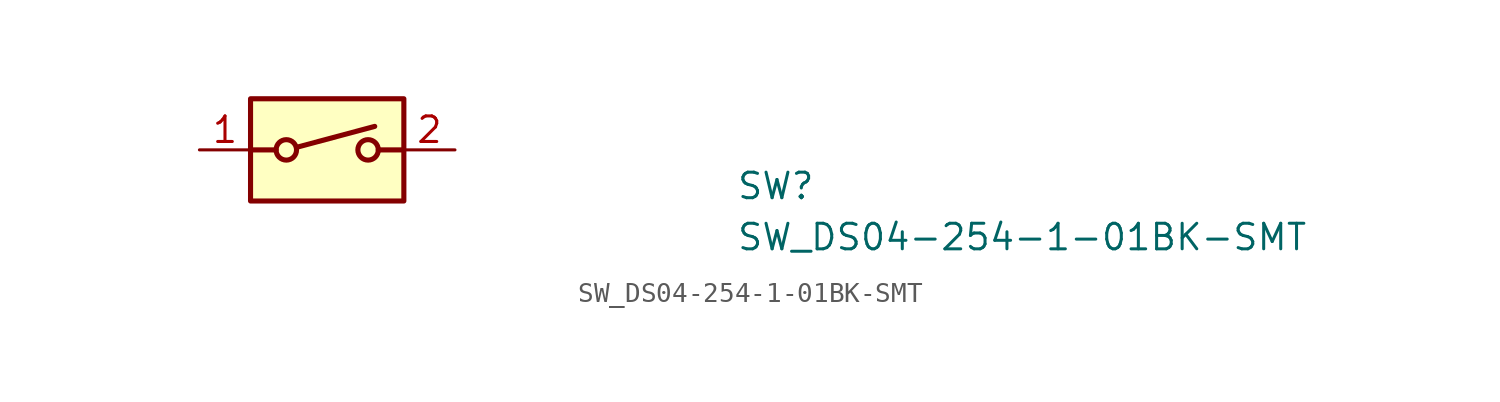
<source format=kicad_sym>
(kicad_symbol_lib
  (version 20220914)
  (generator kicad_symbol_editor)
  (symbol "SW_DS04-254-1-01BK-SMT"
    (property "Reference" "SW"
      (at 26.67 -2.54 0)
      (effects (font (size 1.27 1.27) (thickness 0.15)) (justify left bottom)))
    (property "Value" "SW_DS04-254-1-01BK-SMT"
      (at 26.67 -5.08 0)
      (effects (font (size 1.27 1.27) (thickness 0.15)) (justify left bottom)))
    (symbol "SW_DS04-254-1-01BK-SMT_0_1"
      (polyline (pts (xy 3.81 0) (xy 2.54 0)) (stroke (width 0.254) (type default)) (fill (type none)))
      (polyline (pts (xy 10.16 0) (xy 8.89 0)) (stroke (width 0.254) (type default)) (fill (type none))))
    (symbol "SW_DS04-254-1-01BK-SMT_1_1"
      (polyline (pts (xy 4.826 0.127) (xy 8.712 1.168)) (stroke (width 0.254) (type default)) (fill (type background)))
      (rectangle (start 2.54 2.54) (end 10.16 -2.54) (stroke (width 0.254) (type default)) (fill (type background)))
      (circle (center 4.318 0) (radius 0.508) (stroke (width 0.254) (type default)) (fill (type background)))
      (circle (center 8.382 0) (radius 0.508) (stroke (width 0.254) (type default)) (fill (type background)))
      (pin passive line (at 0 0 0) (length 2.54) (name "~" (effects (font (size 1.27 1.27)))) (number "1" (effects (font (size 1.27 1.27)))))
      (pin passive line (at 12.7 0 180) (length 2.54) (name "~" (effects (font (size 1.27 1.27)))) (number "2" (effects (font (size 1.27 1.27))))))))
</source>
